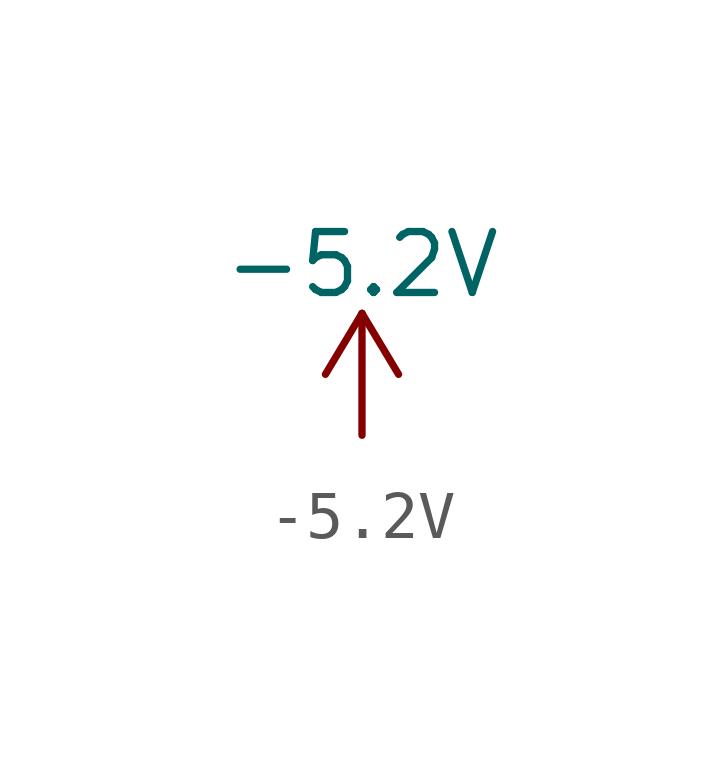
<source format=kicad_sym>
(kicad_symbol_lib
  (version 20231120)
  (generator "kicad_symbol_editor")
  (generator_version "8.0")
  (symbol "-5.2V"
    (power)
    (pin_names
      (offset 0))
    (property "Reference" "#PWR"
      (at 0 -3.81 0)
      (effects (font (size 1.27 1.27)) (hide yes)))
    (property "Value" "-5.2V"
      (at 0 3.556 0)
      (effects (font (size 1.27 1.27))))
    (symbol "-5.2V_0_1"
      (polyline (pts (xy -0.762 1.27) (xy 0 2.54)) (stroke (width 0) (type default)) (fill (type none)))
      (polyline (pts (xy 0 0) (xy 0 2.54)) (stroke (width 0) (type default)) (fill (type none)))
      (polyline (pts (xy 0 2.54) (xy 0.762 1.27)) (stroke (width 0) (type default)) (fill (type none))))
    (symbol "-5.2V_1_1"
      (pin power_in line (at 0 0 90) (length 0) hide (name "+5.5V" (effects (font (size 1.27 1.27)))) (number "1" (effects (font (size 1.27 1.27))))))))
</source>
